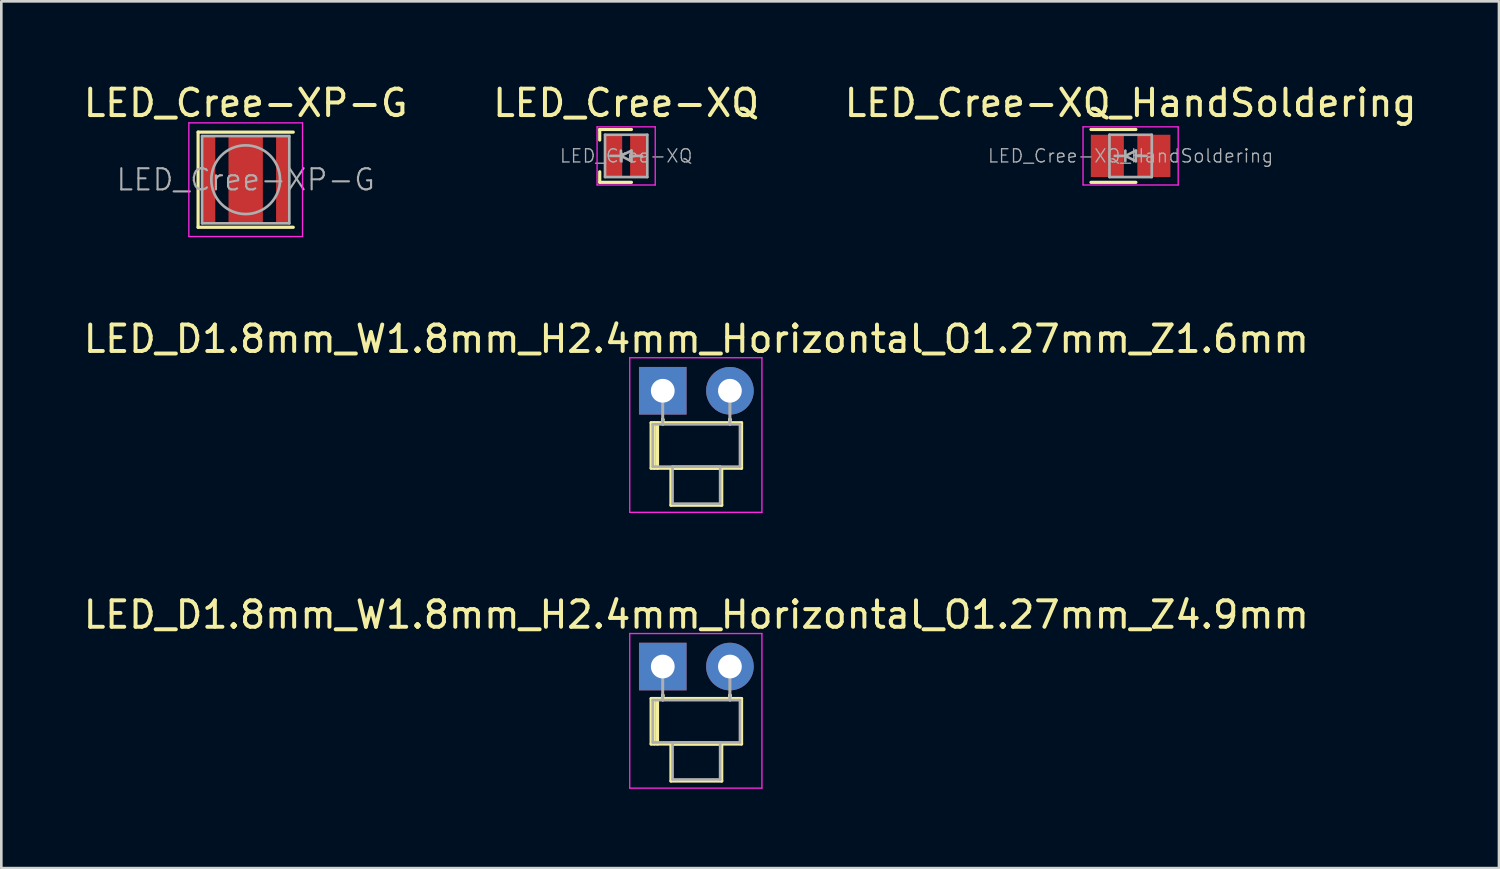
<source format=kicad_pcb>
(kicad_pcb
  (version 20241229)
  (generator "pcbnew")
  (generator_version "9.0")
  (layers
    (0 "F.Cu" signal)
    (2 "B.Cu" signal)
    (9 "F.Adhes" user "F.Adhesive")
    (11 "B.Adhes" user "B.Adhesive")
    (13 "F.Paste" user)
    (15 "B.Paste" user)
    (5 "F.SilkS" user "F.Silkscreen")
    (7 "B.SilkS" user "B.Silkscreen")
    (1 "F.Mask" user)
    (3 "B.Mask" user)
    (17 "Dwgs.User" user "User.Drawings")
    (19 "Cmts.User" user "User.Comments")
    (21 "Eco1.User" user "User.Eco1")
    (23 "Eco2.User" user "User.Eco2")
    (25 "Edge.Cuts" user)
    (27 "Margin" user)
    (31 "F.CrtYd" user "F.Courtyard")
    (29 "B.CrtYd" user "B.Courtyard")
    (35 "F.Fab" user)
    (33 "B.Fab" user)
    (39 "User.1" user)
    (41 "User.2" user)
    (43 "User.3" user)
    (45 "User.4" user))
  (footprint "LED_Cree-XP-G"
    (layer "F.Cu")
    (at 6.244 3.748)
    (property "Reference" "LED_Cree-XP-G" (at 0 -2.9 0) (layer "F.SilkS") (effects (font (size 1 1) (thickness 0.15))))
    (attr smd)
    (fp_line (start -1.8 -1.8) (end 1.8 -1.8) (stroke (width 0.12) (type solid)) (layer "F.SilkS"))
    (fp_line (start -1.8 1.8) (end -1.8 -1.8) (stroke (width 0.12) (type solid)) (layer "F.SilkS"))
    (fp_line (start 1.8 1.8) (end -1.8 1.8) (stroke (width 0.12) (type solid)) (layer "F.SilkS"))
    (fp_line (start -2.15 -2.15) (end 2.15 -2.15) (stroke (width 0.05) (type solid)) (layer "F.CrtYd"))
    (fp_line (start -2.15 2.15) (end -2.15 -2.15) (stroke (width 0.05) (type solid)) (layer "F.CrtYd"))
    (fp_line (start 2.15 -2.15) (end 2.15 2.15) (stroke (width 0.05) (type solid)) (layer "F.CrtYd"))
    (fp_line (start 2.15 2.15) (end -2.15 2.15) (stroke (width 0.05) (type solid)) (layer "F.CrtYd"))
    (fp_line (start -1.65 -1.65) (end 1.65 -1.65) (stroke (width 0.1) (type solid)) (layer "F.Fab"))
    (fp_line (start -1.65 1.65) (end -1.65 -1.65) (stroke (width 0.1) (type solid)) (layer "F.Fab"))
    (fp_line (start 1.65 -1.65) (end 1.65 1.65) (stroke (width 0.1) (type solid)) (layer "F.Fab"))
    (fp_line (start 1.65 1.65) (end -1.65 1.65) (stroke (width 0.1) (type solid)) (layer "F.Fab"))
    (fp_circle (center 0 0) (end 0 1.3) (stroke (width 0.1) (type solid)) (fill no) (layer "F.Fab"))
    (fp_text user "${REFERENCE}" (at 0 0 0) (layer "F.Fab") (effects (font (size 0.8 0.8) (thickness 0.08))))
    (pad "" smd rect (at 0 -1) (size 1.01 0.75) (layers "F.Paste"))
    (pad "" smd rect (at 0 0) (size 1.01 0.75) (layers "F.Paste"))
    (pad "" smd rect (at 0 1) (size 1.01 0.75) (layers "F.Paste"))
    (pad "1" smd rect (at -1.4 0) (size 0.5 3.3) (layers "F.Cu" "F.Mask" "F.Paste"))
    (pad "2" smd rect (at 1.4 0) (size 0.5 3.3) (layers "F.Cu" "F.Mask" "F.Paste"))
    (pad "3" smd rect (at 0 0) (size 1.3 3.3) (layers "F.Cu" "F.Mask")))
  (footprint "LED_D1.8mm_W1.8mm_H2.4mm_Horizontal_O1.27mm_Z1.6mm"
    (layer "F.Cu")
    (at 22.022 11.732)
    (property "Reference" "LED_D1.8mm_W1.8mm_H2.4mm_Horizontal_O1.27mm_Z1.6mm" (at 1.27 -1.96 0) (layer "F.SilkS") (effects (font (size 1 1) (thickness 0.15))))
    (attr through_hole)
    (fp_line (start -0.44 1.21) (end -0.44 2.93) (stroke (width 0.12) (type solid)) (layer "F.SilkS"))
    (fp_line (start -0.44 2.93) (end 2.98 2.93) (stroke (width 0.12) (type solid)) (layer "F.SilkS"))
    (fp_line (start -0.32 1.21) (end -0.32 2.93) (stroke (width 0.12) (type solid)) (layer "F.SilkS"))
    (fp_line (start -0.2 1.21) (end -0.2 2.93) (stroke (width 0.12) (type solid)) (layer "F.SilkS"))
    (fp_line (start 0 1.08) (end 0 1.08) (stroke (width 0.12) (type solid)) (layer "F.SilkS"))
    (fp_line (start 0 1.08) (end 0 1.21) (stroke (width 0.12) (type solid)) (layer "F.SilkS"))
    (fp_line (start 0 1.21) (end 0 1.08) (stroke (width 0.12) (type solid)) (layer "F.SilkS"))
    (fp_line (start 0 1.21) (end 0 1.21) (stroke (width 0.12) (type solid)) (layer "F.SilkS"))
    (fp_line (start 0.31 2.93) (end 0.31 4.33) (stroke (width 0.12) (type solid)) (layer "F.SilkS"))
    (fp_line (start 0.31 4.33) (end 2.23 4.33) (stroke (width 0.12) (type solid)) (layer "F.SilkS"))
    (fp_line (start 2.23 2.93) (end 0.31 2.93) (stroke (width 0.12) (type solid)) (layer "F.SilkS"))
    (fp_line (start 2.23 4.33) (end 2.23 2.93) (stroke (width 0.12) (type solid)) (layer "F.SilkS"))
    (fp_line (start 2.54 1.08) (end 2.54 1.08) (stroke (width 0.12) (type solid)) (layer "F.SilkS"))
    (fp_line (start 2.54 1.08) (end 2.54 1.21) (stroke (width 0.12) (type solid)) (layer "F.SilkS"))
    (fp_line (start 2.54 1.21) (end 2.54 1.08) (stroke (width 0.12) (type solid)) (layer "F.SilkS"))
    (fp_line (start 2.54 1.21) (end 2.54 1.21) (stroke (width 0.12) (type solid)) (layer "F.SilkS"))
    (fp_line (start 2.98 1.21) (end -0.44 1.21) (stroke (width 0.12) (type solid)) (layer "F.SilkS"))
    (fp_line (start 2.98 2.93) (end 2.98 1.21) (stroke (width 0.12) (type solid)) (layer "F.SilkS"))
    (fp_line (start -1.25 -1.25) (end -1.25 4.6) (stroke (width 0.05) (type solid)) (layer "F.CrtYd"))
    (fp_line (start -1.25 4.6) (end 3.75 4.6) (stroke (width 0.05) (type solid)) (layer "F.CrtYd"))
    (fp_line (start 3.75 -1.25) (end -1.25 -1.25) (stroke (width 0.05) (type solid)) (layer "F.CrtYd"))
    (fp_line (start 3.75 4.6) (end 3.75 -1.25) (stroke (width 0.05) (type solid)) (layer "F.CrtYd"))
    (fp_line (start -0.38 1.27) (end -0.38 2.87) (stroke (width 0.1) (type solid)) (layer "F.Fab"))
    (fp_line (start -0.38 2.87) (end 2.92 2.87) (stroke (width 0.1) (type solid)) (layer "F.Fab"))
    (fp_line (start 0 0) (end 0 0) (stroke (width 0.1) (type solid)) (layer "F.Fab"))
    (fp_line (start 0 0) (end 0 1.27) (stroke (width 0.1) (type solid)) (layer "F.Fab"))
    (fp_line (start 0 1.27) (end 0 0) (stroke (width 0.1) (type solid)) (layer "F.Fab"))
    (fp_line (start 0 1.27) (end 0 1.27) (stroke (width 0.1) (type solid)) (layer "F.Fab"))
    (fp_line (start 0.37 2.87) (end 0.37 4.27) (stroke (width 0.1) (type solid)) (layer "F.Fab"))
    (fp_line (start 0.37 4.27) (end 2.17 4.27) (stroke (width 0.1) (type solid)) (layer "F.Fab"))
    (fp_line (start 2.17 2.87) (end 0.37 2.87) (stroke (width 0.1) (type solid)) (layer "F.Fab"))
    (fp_line (start 2.17 4.27) (end 2.17 2.87) (stroke (width 0.1) (type solid)) (layer "F.Fab"))
    (fp_line (start 2.54 0) (end 2.54 0) (stroke (width 0.1) (type solid)) (layer "F.Fab"))
    (fp_line (start 2.54 0) (end 2.54 1.27) (stroke (width 0.1) (type solid)) (layer "F.Fab"))
    (fp_line (start 2.54 1.27) (end 2.54 0) (stroke (width 0.1) (type solid)) (layer "F.Fab"))
    (fp_line (start 2.54 1.27) (end 2.54 1.27) (stroke (width 0.1) (type solid)) (layer "F.Fab"))
    (fp_line (start 2.92 1.27) (end -0.38 1.27) (stroke (width 0.1) (type solid)) (layer "F.Fab"))
    (fp_line (start 2.92 2.87) (end 2.92 1.27) (stroke (width 0.1) (type solid)) (layer "F.Fab"))
    (pad "1" thru_hole rect (at 0 0) (size 1.8 1.8) (drill 0.9) (layers "*.Cu" "*.Mask"))
    (pad "2" thru_hole circle (at 2.54 0) (size 1.8 1.8) (drill 0.9) (layers "*.Cu" "*.Mask")))
  (footprint "LED_Cree-XQ_HandSoldering"
    (layer "F.Cu")
    (at 39.72 2.848)
    (property "Reference" "LED_Cree-XQ_HandSoldering" (at 0 -2 0) (layer "F.SilkS") (effects (font (size 1 1) (thickness 0.15))))
    (attr smd)
    (fp_line (start 0.2 -1) (end -1.5 -1) (stroke (width 0.12) (type solid)) (layer "F.SilkS"))
    (fp_line (start 0.2 1) (end -1.5 1) (stroke (width 0.12) (type solid)) (layer "F.SilkS"))
    (fp_line (start -1.8 -1.1) (end 1.8 -1.1) (stroke (width 0.05) (type solid)) (layer "F.CrtYd"))
    (fp_line (start -1.8 1.1) (end -1.8 -1.1) (stroke (width 0.05) (type solid)) (layer "F.CrtYd"))
    (fp_line (start 1.8 -1.1) (end 1.8 1.1) (stroke (width 0.05) (type solid)) (layer "F.CrtYd"))
    (fp_line (start 1.8 1.1) (end -1.8 1.1) (stroke (width 0.05) (type solid)) (layer "F.CrtYd"))
    (fp_line (start -0.8 -0.8) (end 0.8 -0.8) (stroke (width 0.1) (type solid)) (layer "F.Fab"))
    (fp_line (start -0.8 0.8) (end -0.8 -0.8) (stroke (width 0.1) (type solid)) (layer "F.Fab"))
    (fp_line (start -0.6 0) (end -0.2 0) (stroke (width 0.1) (type solid)) (layer "F.Fab"))
    (fp_line (start -0.2 -0.2) (end -0.2 0.2) (stroke (width 0.1) (type solid)) (layer "F.Fab"))
    (fp_line (start -0.2 0) (end 0.2 -0.2) (stroke (width 0.1) (type solid)) (layer "F.Fab"))
    (fp_line (start 0.2 -0.2) (end 0.2 0.2) (stroke (width 0.1) (type solid)) (layer "F.Fab"))
    (fp_line (start 0.2 0.2) (end -0.2 0) (stroke (width 0.1) (type solid)) (layer "F.Fab"))
    (fp_line (start 0.6 0) (end 0.2 0) (stroke (width 0.1) (type solid)) (layer "F.Fab"))
    (fp_line (start 0.8 -0.8) (end 0.8 0.8) (stroke (width 0.1) (type solid)) (layer "F.Fab"))
    (fp_line (start 0.8 0.8) (end -0.8 0.8) (stroke (width 0.1) (type solid)) (layer "F.Fab"))
    (fp_text user "${REFERENCE}" (at 0 0 0) (layer "F.Fab") (effects (font (size 0.5 0.5) (thickness 0.05))))
    (pad "1" smd rect (at -0.88 0) (size 1.25 1.6) (layers "F.Cu" "F.Mask" "F.Paste"))
    (pad "2" smd rect (at 0.88 0) (size 1.25 1.6) (layers "F.Cu" "F.Mask" "F.Paste")))
  (footprint "LED_D1.8mm_W1.8mm_H2.4mm_Horizontal_O1.27mm_Z4.9mm"
    (layer "F.Cu")
    (at 22.022 22.165)
    (property "Reference" "LED_D1.8mm_W1.8mm_H2.4mm_Horizontal_O1.27mm_Z4.9mm" (at 1.27 -1.96 0) (layer "F.SilkS") (effects (font (size 1 1) (thickness 0.15))))
    (attr through_hole)
    (fp_line (start -0.44 1.21) (end -0.44 2.93) (stroke (width 0.12) (type solid)) (layer "F.SilkS"))
    (fp_line (start -0.44 2.93) (end 2.98 2.93) (stroke (width 0.12) (type solid)) (layer "F.SilkS"))
    (fp_line (start -0.32 1.21) (end -0.32 2.93) (stroke (width 0.12) (type solid)) (layer "F.SilkS"))
    (fp_line (start -0.2 1.21) (end -0.2 2.93) (stroke (width 0.12) (type solid)) (layer "F.SilkS"))
    (fp_line (start 0 1.08) (end 0 1.08) (stroke (width 0.12) (type solid)) (layer "F.SilkS"))
    (fp_line (start 0 1.08) (end 0 1.21) (stroke (width 0.12) (type solid)) (layer "F.SilkS"))
    (fp_line (start 0 1.21) (end 0 1.08) (stroke (width 0.12) (type solid)) (layer "F.SilkS"))
    (fp_line (start 0 1.21) (end 0 1.21) (stroke (width 0.12) (type solid)) (layer "F.SilkS"))
    (fp_line (start 0.31 2.93) (end 0.31 4.33) (stroke (width 0.12) (type solid)) (layer "F.SilkS"))
    (fp_line (start 0.31 4.33) (end 2.23 4.33) (stroke (width 0.12) (type solid)) (layer "F.SilkS"))
    (fp_line (start 2.23 2.93) (end 0.31 2.93) (stroke (width 0.12) (type solid)) (layer "F.SilkS"))
    (fp_line (start 2.23 4.33) (end 2.23 2.93) (stroke (width 0.12) (type solid)) (layer "F.SilkS"))
    (fp_line (start 2.54 1.08) (end 2.54 1.08) (stroke (width 0.12) (type solid)) (layer "F.SilkS"))
    (fp_line (start 2.54 1.08) (end 2.54 1.21) (stroke (width 0.12) (type solid)) (layer "F.SilkS"))
    (fp_line (start 2.54 1.21) (end 2.54 1.08) (stroke (width 0.12) (type solid)) (layer "F.SilkS"))
    (fp_line (start 2.54 1.21) (end 2.54 1.21) (stroke (width 0.12) (type solid)) (layer "F.SilkS"))
    (fp_line (start 2.98 1.21) (end -0.44 1.21) (stroke (width 0.12) (type solid)) (layer "F.SilkS"))
    (fp_line (start 2.98 2.93) (end 2.98 1.21) (stroke (width 0.12) (type solid)) (layer "F.SilkS"))
    (fp_line (start -1.25 -1.25) (end -1.25 4.6) (stroke (width 0.05) (type solid)) (layer "F.CrtYd"))
    (fp_line (start -1.25 4.6) (end 3.75 4.6) (stroke (width 0.05) (type solid)) (layer "F.CrtYd"))
    (fp_line (start 3.75 -1.25) (end -1.25 -1.25) (stroke (width 0.05) (type solid)) (layer "F.CrtYd"))
    (fp_line (start 3.75 4.6) (end 3.75 -1.25) (stroke (width 0.05) (type solid)) (layer "F.CrtYd"))
    (fp_line (start -0.38 1.27) (end -0.38 2.87) (stroke (width 0.1) (type solid)) (layer "F.Fab"))
    (fp_line (start -0.38 2.87) (end 2.92 2.87) (stroke (width 0.1) (type solid)) (layer "F.Fab"))
    (fp_line (start 0 0) (end 0 0) (stroke (width 0.1) (type solid)) (layer "F.Fab"))
    (fp_line (start 0 0) (end 0 1.27) (stroke (width 0.1) (type solid)) (layer "F.Fab"))
    (fp_line (start 0 1.27) (end 0 0) (stroke (width 0.1) (type solid)) (layer "F.Fab"))
    (fp_line (start 0 1.27) (end 0 1.27) (stroke (width 0.1) (type solid)) (layer "F.Fab"))
    (fp_line (start 0.37 2.87) (end 0.37 4.27) (stroke (width 0.1) (type solid)) (layer "F.Fab"))
    (fp_line (start 0.37 4.27) (end 2.17 4.27) (stroke (width 0.1) (type solid)) (layer "F.Fab"))
    (fp_line (start 2.17 2.87) (end 0.37 2.87) (stroke (width 0.1) (type solid)) (layer "F.Fab"))
    (fp_line (start 2.17 4.27) (end 2.17 2.87) (stroke (width 0.1) (type solid)) (layer "F.Fab"))
    (fp_line (start 2.54 0) (end 2.54 0) (stroke (width 0.1) (type solid)) (layer "F.Fab"))
    (fp_line (start 2.54 0) (end 2.54 1.27) (stroke (width 0.1) (type solid)) (layer "F.Fab"))
    (fp_line (start 2.54 1.27) (end 2.54 0) (stroke (width 0.1) (type solid)) (layer "F.Fab"))
    (fp_line (start 2.54 1.27) (end 2.54 1.27) (stroke (width 0.1) (type solid)) (layer "F.Fab"))
    (fp_line (start 2.92 1.27) (end -0.38 1.27) (stroke (width 0.1) (type solid)) (layer "F.Fab"))
    (fp_line (start 2.92 2.87) (end 2.92 1.27) (stroke (width 0.1) (type solid)) (layer "F.Fab"))
    (pad "1" thru_hole rect (at 0 0) (size 1.8 1.8) (drill 0.9) (layers "*.Cu" "*.Mask"))
    (pad "2" thru_hole circle (at 2.54 0) (size 1.8 1.8) (drill 0.9) (layers "*.Cu" "*.Mask")))
  (footprint "LED_Cree-XQ"
    (layer "F.Cu")
    (at 20.637 2.848)
    (property "Reference" "LED_Cree-XQ" (at 0 -2 0) (layer "F.SilkS") (effects (font (size 1 1) (thickness 0.15))))
    (attr smd)
    (fp_line (start -1 -1) (end -1 -0.6) (stroke (width 0.12) (type solid)) (layer "F.SilkS"))
    (fp_line (start -1 1) (end -1 0.6) (stroke (width 0.12) (type solid)) (layer "F.SilkS"))
    (fp_line (start 0.2 -1) (end -1 -1) (stroke (width 0.12) (type solid)) (layer "F.SilkS"))
    (fp_line (start 0.2 1) (end -1 1) (stroke (width 0.12) (type solid)) (layer "F.SilkS"))
    (fp_line (start -1.1 -1.1) (end 1.1 -1.1) (stroke (width 0.05) (type solid)) (layer "F.CrtYd"))
    (fp_line (start -1.1 1.1) (end -1.1 -1.1) (stroke (width 0.05) (type solid)) (layer "F.CrtYd"))
    (fp_line (start 1.1 -1.1) (end 1.1 1.1) (stroke (width 0.05) (type solid)) (layer "F.CrtYd"))
    (fp_line (start 1.1 1.1) (end -1.1 1.1) (stroke (width 0.05) (type solid)) (layer "F.CrtYd"))
    (fp_line (start -0.8 -0.8) (end 0.8 -0.8) (stroke (width 0.1) (type solid)) (layer "F.Fab"))
    (fp_line (start -0.8 0.8) (end -0.8 -0.8) (stroke (width 0.1) (type solid)) (layer "F.Fab"))
    (fp_line (start -0.6 0) (end -0.2 0) (stroke (width 0.1) (type solid)) (layer "F.Fab"))
    (fp_line (start -0.2 -0.2) (end -0.2 0.2) (stroke (width 0.1) (type solid)) (layer "F.Fab"))
    (fp_line (start -0.2 0) (end 0.2 -0.2) (stroke (width 0.1) (type solid)) (layer "F.Fab"))
    (fp_line (start 0.2 -0.2) (end 0.2 0.2) (stroke (width 0.1) (type solid)) (layer "F.Fab"))
    (fp_line (start 0.2 0.2) (end -0.2 0) (stroke (width 0.1) (type solid)) (layer "F.Fab"))
    (fp_line (start 0.6 0) (end 0.2 0) (stroke (width 0.1) (type solid)) (layer "F.Fab"))
    (fp_line (start 0.8 -0.8) (end 0.8 0.8) (stroke (width 0.1) (type solid)) (layer "F.Fab"))
    (fp_line (start 0.8 0.8) (end -0.8 0.8) (stroke (width 0.1) (type solid)) (layer "F.Fab"))
    (fp_text user "${REFERENCE}" (at 0 0 0) (layer "F.Fab") (effects (font (size 0.5 0.5) (thickness 0.05))))
    (pad "1" smd rect (at -0.475 0) (size 0.65 1.6) (layers "F.Cu" "F.Mask" "F.Paste"))
    (pad "2" smd rect (at 0.475 0) (size 0.65 1.6) (layers "F.Cu" "F.Mask" "F.Paste")))
  (gr_rect
    (start -3 -3)
    (end 53.655 29.79)
    (stroke (width 0.1) (type default))
    (fill no)
    (layer "Edge.Cuts")))
</source>
